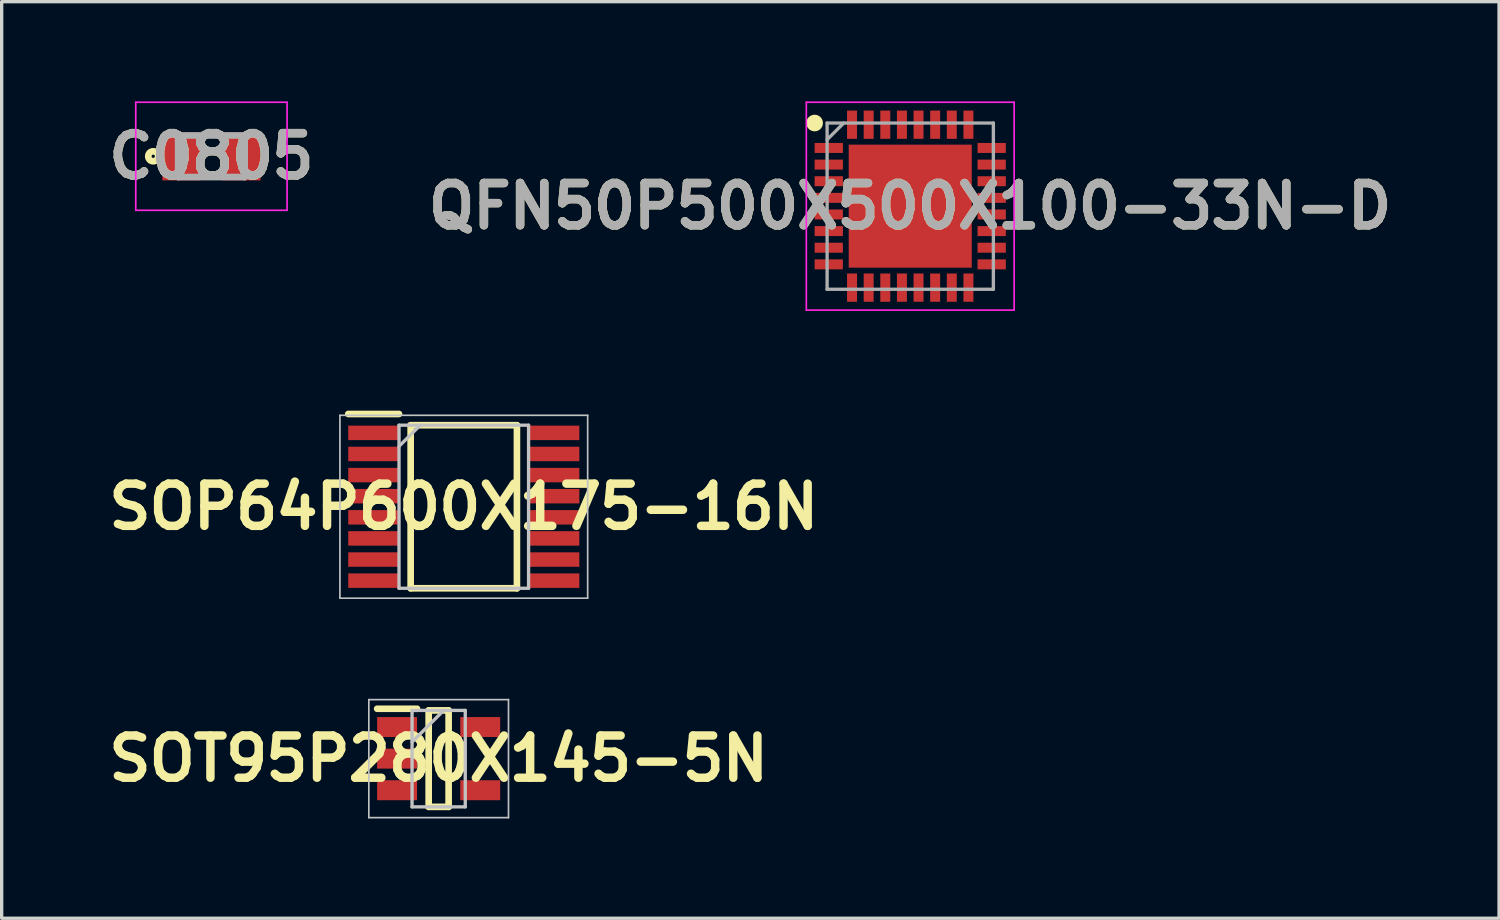
<source format=kicad_pcb>
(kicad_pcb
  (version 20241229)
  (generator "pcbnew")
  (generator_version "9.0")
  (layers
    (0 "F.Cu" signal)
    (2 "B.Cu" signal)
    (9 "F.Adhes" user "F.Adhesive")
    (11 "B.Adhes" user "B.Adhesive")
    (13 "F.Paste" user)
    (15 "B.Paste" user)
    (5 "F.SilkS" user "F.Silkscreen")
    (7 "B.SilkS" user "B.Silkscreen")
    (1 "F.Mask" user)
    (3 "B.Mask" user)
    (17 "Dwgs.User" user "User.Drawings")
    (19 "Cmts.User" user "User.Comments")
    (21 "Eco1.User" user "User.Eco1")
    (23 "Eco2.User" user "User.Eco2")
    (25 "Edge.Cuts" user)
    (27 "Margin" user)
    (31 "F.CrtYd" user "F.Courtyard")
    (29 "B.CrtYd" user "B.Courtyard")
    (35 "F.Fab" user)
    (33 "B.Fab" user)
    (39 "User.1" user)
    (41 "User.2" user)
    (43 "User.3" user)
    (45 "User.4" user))
  (footprint "C0805"
    (layer "F.Cu")
    (at 3.308 1.65)
    (property "Reference" "C0805" (at 0 0 0) (layer "F.SilkS") (effects (font (size 1.27 1.27) (thickness 0.254))))
    (attr smd)
    (fp_circle (center -1.75 0) (end -1.75 0.05) (stroke (width 0.2) (type solid)) (fill no) (layer "F.SilkS"))
    (fp_line (start -2.275 -1.625) (end 2.275 -1.625) (stroke (width 0.05) (type solid)) (layer "F.CrtYd"))
    (fp_line (start -2.275 1.625) (end -2.275 -1.625) (stroke (width 0.05) (type solid)) (layer "F.CrtYd"))
    (fp_line (start 2.275 -1.625) (end 2.275 1.625) (stroke (width 0.05) (type solid)) (layer "F.CrtYd"))
    (fp_line (start 2.275 1.625) (end -2.275 1.625) (stroke (width 0.05) (type solid)) (layer "F.CrtYd"))
    (fp_line (start -1 -0.625) (end 1 -0.625) (stroke (width 0.2) (type solid)) (layer "F.Fab"))
    (fp_line (start -1 0.625) (end -1 -0.625) (stroke (width 0.2) (type solid)) (layer "F.Fab"))
    (fp_line (start 1 -0.625) (end 1 0.625) (stroke (width 0.2) (type solid)) (layer "F.Fab"))
    (fp_line (start 1 0.625) (end -1 0.625) (stroke (width 0.2) (type solid)) (layer "F.Fab"))
    (fp_text user "${REFERENCE}" (at 0 0 0) (layer "F.Fab") (effects (font (size 1.27 1.27) (thickness 0.254))))
    (pad "1" smd rect (at -0.9 0) (size 1.15 1.45) (layers "F.Cu" "F.Mask" "F.Paste"))
    (pad "2" smd rect (at 0.9 0) (size 1.15 1.45) (layers "F.Cu" "F.Mask" "F.Paste")))
  (footprint "QFN50P500X500X100-33N-D"
    (layer "F.Cu")
    (at 24.324 3.15)
    (property "Reference" "QFN50P500X500X100-33N-D" (at 0 0 0) (layer "F.SilkS") (effects (font (size 1.27 1.27) (thickness 0.254))))
    (attr smd)
    (fp_circle (center -2.875 -2.5) (end -2.875 -2.375) (stroke (width 0.25) (type solid)) (fill no) (layer "F.SilkS"))
    (fp_line (start -3.125 -3.125) (end 3.125 -3.125) (stroke (width 0.05) (type solid)) (layer "F.CrtYd"))
    (fp_line (start -3.125 3.125) (end -3.125 -3.125) (stroke (width 0.05) (type solid)) (layer "F.CrtYd"))
    (fp_line (start 3.125 -3.125) (end 3.125 3.125) (stroke (width 0.05) (type solid)) (layer "F.CrtYd"))
    (fp_line (start 3.125 3.125) (end -3.125 3.125) (stroke (width 0.05) (type solid)) (layer "F.CrtYd"))
    (fp_line (start -2.5 -2.5) (end 2.5 -2.5) (stroke (width 0.1) (type solid)) (layer "F.Fab"))
    (fp_line (start -2.5 -2) (end -2 -2.5) (stroke (width 0.1) (type solid)) (layer "F.Fab"))
    (fp_line (start -2.5 2.5) (end -2.5 -2.5) (stroke (width 0.1) (type solid)) (layer "F.Fab"))
    (fp_line (start 2.5 -2.5) (end 2.5 2.5) (stroke (width 0.1) (type solid)) (layer "F.Fab"))
    (fp_line (start 2.5 2.5) (end -2.5 2.5) (stroke (width 0.1) (type solid)) (layer "F.Fab"))
    (fp_text user "${REFERENCE}" (at 0 0 0) (layer "F.Fab") (effects (font (size 1.27 1.27) (thickness 0.254))))
    (pad "1" smd rect (at -2.45 -1.75 90) (size 0.3 0.85) (layers "F.Cu" "F.Mask" "F.Paste"))
    (pad "2" smd rect (at -2.45 -1.25 90) (size 0.3 0.85) (layers "F.Cu" "F.Mask" "F.Paste"))
    (pad "3" smd rect (at -2.45 -0.75 90) (size 0.3 0.85) (layers "F.Cu" "F.Mask" "F.Paste"))
    (pad "4" smd rect (at -2.45 -0.25 90) (size 0.3 0.85) (layers "F.Cu" "F.Mask" "F.Paste"))
    (pad "5" smd rect (at -2.45 0.25 90) (size 0.3 0.85) (layers "F.Cu" "F.Mask" "F.Paste"))
    (pad "6" smd rect (at -2.45 0.75 90) (size 0.3 0.85) (layers "F.Cu" "F.Mask" "F.Paste"))
    (pad "7" smd rect (at -2.45 1.25 90) (size 0.3 0.85) (layers "F.Cu" "F.Mask" "F.Paste"))
    (pad "8" smd rect (at -2.45 1.75 90) (size 0.3 0.85) (layers "F.Cu" "F.Mask" "F.Paste"))
    (pad "9" smd rect (at -1.75 2.45) (size 0.3 0.85) (layers "F.Cu" "F.Mask" "F.Paste"))
    (pad "10" smd rect (at -1.25 2.45) (size 0.3 0.85) (layers "F.Cu" "F.Mask" "F.Paste"))
    (pad "11" smd rect (at -0.75 2.45) (size 0.3 0.85) (layers "F.Cu" "F.Mask" "F.Paste"))
    (pad "12" smd rect (at -0.25 2.45) (size 0.3 0.85) (layers "F.Cu" "F.Mask" "F.Paste"))
    (pad "13" smd rect (at 0.25 2.45) (size 0.3 0.85) (layers "F.Cu" "F.Mask" "F.Paste"))
    (pad "14" smd rect (at 0.75 2.45) (size 0.3 0.85) (layers "F.Cu" "F.Mask" "F.Paste"))
    (pad "15" smd rect (at 1.25 2.45) (size 0.3 0.85) (layers "F.Cu" "F.Mask" "F.Paste"))
    (pad "16" smd rect (at 1.75 2.45) (size 0.3 0.85) (layers "F.Cu" "F.Mask" "F.Paste"))
    (pad "17" smd rect (at 2.45 1.75 90) (size 0.3 0.85) (layers "F.Cu" "F.Mask" "F.Paste"))
    (pad "18" smd rect (at 2.45 1.25 90) (size 0.3 0.85) (layers "F.Cu" "F.Mask" "F.Paste"))
    (pad "19" smd rect (at 2.45 0.75 90) (size 0.3 0.85) (layers "F.Cu" "F.Mask" "F.Paste"))
    (pad "20" smd rect (at 2.45 0.25 90) (size 0.3 0.85) (layers "F.Cu" "F.Mask" "F.Paste"))
    (pad "21" smd rect (at 2.45 -0.25 90) (size 0.3 0.85) (layers "F.Cu" "F.Mask" "F.Paste"))
    (pad "22" smd rect (at 2.45 -0.75 90) (size 0.3 0.85) (layers "F.Cu" "F.Mask" "F.Paste"))
    (pad "23" smd rect (at 2.45 -1.25 90) (size 0.3 0.85) (layers "F.Cu" "F.Mask" "F.Paste"))
    (pad "24" smd rect (at 2.45 -1.75 90) (size 0.3 0.85) (layers "F.Cu" "F.Mask" "F.Paste"))
    (pad "25" smd rect (at 1.75 -2.45) (size 0.3 0.85) (layers "F.Cu" "F.Mask" "F.Paste"))
    (pad "26" smd rect (at 1.25 -2.45) (size 0.3 0.85) (layers "F.Cu" "F.Mask" "F.Paste"))
    (pad "27" smd rect (at 0.75 -2.45) (size 0.3 0.85) (layers "F.Cu" "F.Mask" "F.Paste"))
    (pad "28" smd rect (at 0.25 -2.45) (size 0.3 0.85) (layers "F.Cu" "F.Mask" "F.Paste"))
    (pad "29" smd rect (at -0.25 -2.45) (size 0.3 0.85) (layers "F.Cu" "F.Mask" "F.Paste"))
    (pad "30" smd rect (at -0.75 -2.45) (size 0.3 0.85) (layers "F.Cu" "F.Mask" "F.Paste"))
    (pad "31" smd rect (at -1.25 -2.45) (size 0.3 0.85) (layers "F.Cu" "F.Mask" "F.Paste"))
    (pad "32" smd rect (at -1.75 -2.45) (size 0.3 0.85) (layers "F.Cu" "F.Mask" "F.Paste"))
    (pad "33" smd rect (at 0 0) (size 3.7 3.7) (layers "F.Cu" "F.Mask" "F.Paste")))
  (footprint "SOT95P280X145-5N"
    (layer "F.Cu")
    (at 10.142 19.765)
    (property "Reference" "SOT95P280X145-5N" (at 0 0 0) (layer "F.SilkS") (effects (font (size 1.27 1.27) (thickness 0.254))))
    (attr smd)
    (fp_line (start -1.85 -1.5) (end -0.65 -1.5) (stroke (width 0.2) (type solid)) (layer "F.SilkS"))
    (fp_line (start -0.3 -1.45) (end 0.3 -1.45) (stroke (width 0.2) (type solid)) (layer "F.SilkS"))
    (fp_line (start -0.3 1.45) (end -0.3 -1.45) (stroke (width 0.2) (type solid)) (layer "F.SilkS"))
    (fp_line (start 0.3 -1.45) (end 0.3 1.45) (stroke (width 0.2) (type solid)) (layer "F.SilkS"))
    (fp_line (start 0.3 1.45) (end -0.3 1.45) (stroke (width 0.2) (type solid)) (layer "F.SilkS"))
    (fp_line (start -2.1 -1.775) (end 2.1 -1.775) (stroke (width 0.05) (type solid)) (layer "Dwgs.User"))
    (fp_line (start -2.1 1.775) (end -2.1 -1.775) (stroke (width 0.05) (type solid)) (layer "Dwgs.User"))
    (fp_line (start -0.8 -1.45) (end 0.8 -1.45) (stroke (width 0.1) (type solid)) (layer "Dwgs.User"))
    (fp_line (start -0.8 -0.5) (end 0.15 -1.45) (stroke (width 0.1) (type solid)) (layer "Dwgs.User"))
    (fp_line (start -0.8 1.45) (end -0.8 -1.45) (stroke (width 0.1) (type solid)) (layer "Dwgs.User"))
    (fp_line (start 0.8 -1.45) (end 0.8 1.45) (stroke (width 0.1) (type solid)) (layer "Dwgs.User"))
    (fp_line (start 0.8 1.45) (end -0.8 1.45) (stroke (width 0.1) (type solid)) (layer "Dwgs.User"))
    (fp_line (start 2.1 -1.775) (end 2.1 1.775) (stroke (width 0.05) (type solid)) (layer "Dwgs.User"))
    (fp_line (start 2.1 1.775) (end -2.1 1.775) (stroke (width 0.05) (type solid)) (layer "Dwgs.User"))
    (pad "1" smd rect (at -1.25 -0.95 90) (size 0.6 1.2) (layers "F.Cu" "F.Mask" "F.Paste"))
    (pad "2" smd rect (at -1.25 0 90) (size 0.6 1.2) (layers "F.Cu" "F.Mask" "F.Paste"))
    (pad "3" smd rect (at -1.25 0.95 90) (size 0.6 1.2) (layers "F.Cu" "F.Mask" "F.Paste"))
    (pad "4" smd rect (at 1.25 0.95 90) (size 0.6 1.2) (layers "F.Cu" "F.Mask" "F.Paste"))
    (pad "5" smd rect (at 1.25 -0.95 90) (size 0.6 1.2) (layers "F.Cu" "F.Mask" "F.Paste")))
  (footprint "SOP64P600X175-16N"
    (layer "F.Cu")
    (at 10.898 12.19)
    (property "Reference" "SOP64P600X175-16N" (at 0 0 0) (layer "F.SilkS") (effects (font (size 1.27 1.27) (thickness 0.254))))
    (attr smd)
    (fp_line (start -3.475 -2.79) (end -1.948 -2.79) (stroke (width 0.2) (type solid)) (layer "F.SilkS"))
    (fp_line (start -1.598 -2.452) (end 1.598 -2.452) (stroke (width 0.2) (type solid)) (layer "F.SilkS"))
    (fp_line (start -1.598 2.452) (end -1.598 -2.452) (stroke (width 0.2) (type solid)) (layer "F.SilkS"))
    (fp_line (start 1.598 -2.452) (end 1.598 2.452) (stroke (width 0.2) (type solid)) (layer "F.SilkS"))
    (fp_line (start 1.598 2.452) (end -1.598 2.452) (stroke (width 0.2) (type solid)) (layer "F.SilkS"))
    (fp_line (start -3.725 -2.75) (end 3.725 -2.75) (stroke (width 0.05) (type solid)) (layer "Dwgs.User"))
    (fp_line (start -3.725 2.75) (end -3.725 -2.75) (stroke (width 0.05) (type solid)) (layer "Dwgs.User"))
    (fp_line (start -1.948 -2.452) (end 1.948 -2.452) (stroke (width 0.1) (type solid)) (layer "Dwgs.User"))
    (fp_line (start -1.948 -1.818) (end -1.312 -2.452) (stroke (width 0.1) (type solid)) (layer "Dwgs.User"))
    (fp_line (start -1.948 2.452) (end -1.948 -2.452) (stroke (width 0.1) (type solid)) (layer "Dwgs.User"))
    (fp_line (start 1.948 -2.452) (end 1.948 2.452) (stroke (width 0.1) (type solid)) (layer "Dwgs.User"))
    (fp_line (start 1.948 2.452) (end -1.948 2.452) (stroke (width 0.1) (type solid)) (layer "Dwgs.User"))
    (fp_line (start 3.725 -2.75) (end 3.725 2.75) (stroke (width 0.05) (type solid)) (layer "Dwgs.User"))
    (fp_line (start 3.725 2.75) (end -3.725 2.75) (stroke (width 0.05) (type solid)) (layer "Dwgs.User"))
    (pad "1" smd rect (at -2.711 -2.222 90) (size 0.435 1.528) (layers "F.Cu" "F.Mask" "F.Paste"))
    (pad "2" smd rect (at -2.711 -1.588 90) (size 0.435 1.528) (layers "F.Cu" "F.Mask" "F.Paste"))
    (pad "3" smd rect (at -2.711 -0.952 90) (size 0.435 1.528) (layers "F.Cu" "F.Mask" "F.Paste"))
    (pad "4" smd rect (at -2.711 -0.318 90) (size 0.435 1.528) (layers "F.Cu" "F.Mask" "F.Paste"))
    (pad "5" smd rect (at -2.711 0.318 90) (size 0.435 1.528) (layers "F.Cu" "F.Mask" "F.Paste"))
    (pad "6" smd rect (at -2.711 0.952 90) (size 0.435 1.528) (layers "F.Cu" "F.Mask" "F.Paste"))
    (pad "7" smd rect (at -2.711 1.588 90) (size 0.435 1.528) (layers "F.Cu" "F.Mask" "F.Paste"))
    (pad "8" smd rect (at -2.711 2.222 90) (size 0.435 1.528) (layers "F.Cu" "F.Mask" "F.Paste"))
    (pad "9" smd rect (at 2.711 2.222 90) (size 0.435 1.528) (layers "F.Cu" "F.Mask" "F.Paste"))
    (pad "10" smd rect (at 2.711 1.588 90) (size 0.435 1.528) (layers "F.Cu" "F.Mask" "F.Paste"))
    (pad "11" smd rect (at 2.711 0.952 90) (size 0.435 1.528) (layers "F.Cu" "F.Mask" "F.Paste"))
    (pad "12" smd rect (at 2.711 0.318 90) (size 0.435 1.528) (layers "F.Cu" "F.Mask" "F.Paste"))
    (pad "13" smd rect (at 2.711 -0.318 90) (size 0.435 1.528) (layers "F.Cu" "F.Mask" "F.Paste"))
    (pad "14" smd rect (at 2.711 -0.952 90) (size 0.435 1.528) (layers "F.Cu" "F.Mask" "F.Paste"))
    (pad "15" smd rect (at 2.711 -1.588 90) (size 0.435 1.528) (layers "F.Cu" "F.Mask" "F.Paste"))
    (pad "16" smd rect (at 2.711 -2.222 90) (size 0.435 1.528) (layers "F.Cu" "F.Mask" "F.Paste")))
  (gr_rect
    (start -3 -3)
    (end 42.032 24.565)
    (stroke (width 0.1) (type default))
    (fill no)
    (layer "Edge.Cuts")))
</source>
